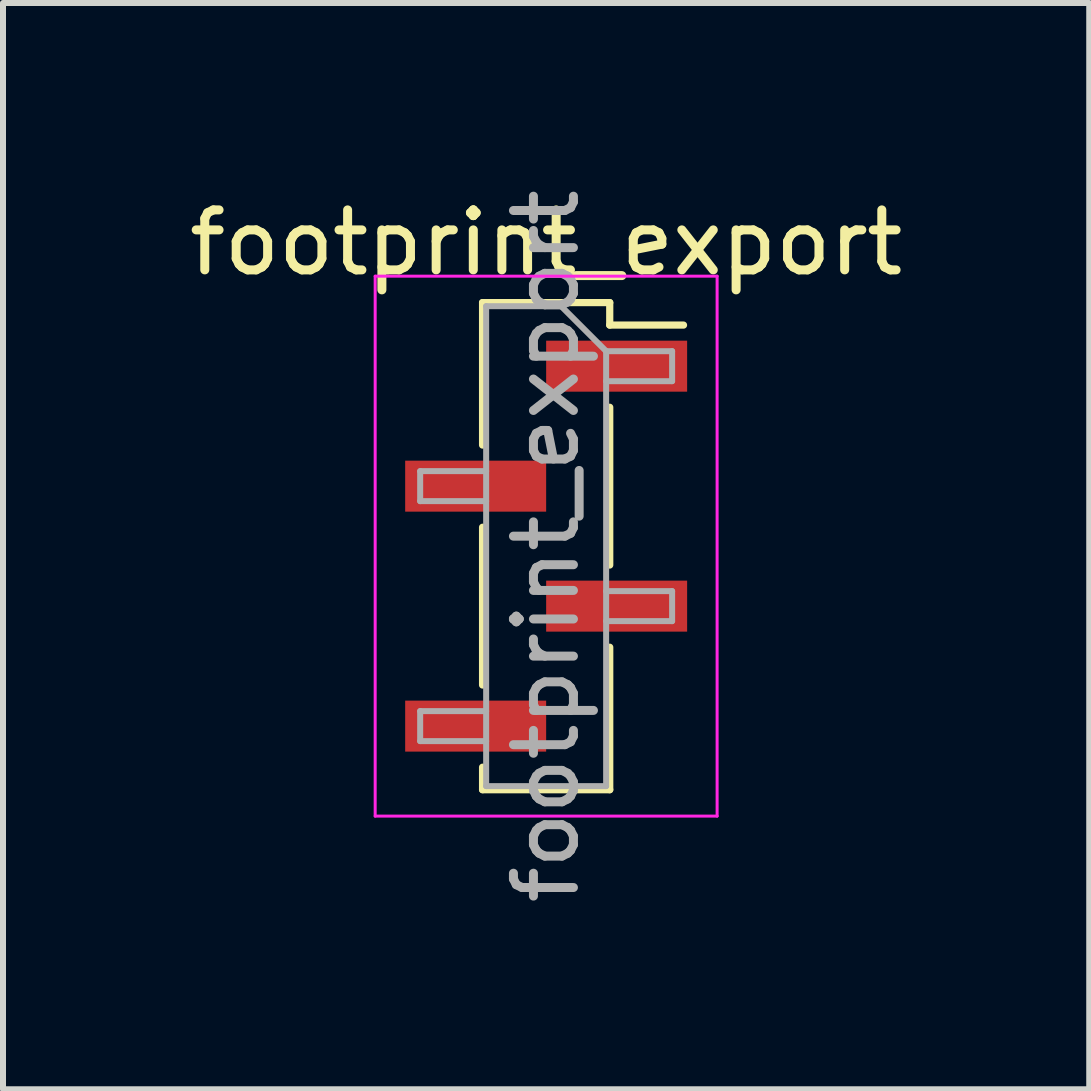
<source format=kicad_pcb>
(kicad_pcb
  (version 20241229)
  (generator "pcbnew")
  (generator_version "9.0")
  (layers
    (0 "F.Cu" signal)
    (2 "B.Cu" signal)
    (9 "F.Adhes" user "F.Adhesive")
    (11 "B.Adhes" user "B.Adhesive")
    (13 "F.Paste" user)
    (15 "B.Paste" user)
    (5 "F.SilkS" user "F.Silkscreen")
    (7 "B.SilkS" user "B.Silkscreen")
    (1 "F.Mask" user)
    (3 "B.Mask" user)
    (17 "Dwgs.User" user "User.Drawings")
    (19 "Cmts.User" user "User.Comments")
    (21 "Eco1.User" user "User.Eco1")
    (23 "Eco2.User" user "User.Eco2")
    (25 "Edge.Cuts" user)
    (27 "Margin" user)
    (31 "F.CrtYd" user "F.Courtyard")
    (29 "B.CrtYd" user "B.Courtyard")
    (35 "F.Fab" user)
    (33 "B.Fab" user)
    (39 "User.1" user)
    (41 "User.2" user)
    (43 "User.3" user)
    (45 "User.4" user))
  (footprint "footprint_export"
    (layer "F.Cu")
    (at 6.054 6.054)
    (property "Reference" "footprint_export" (at 0 -5.06 0) (layer "F.SilkS") (effects (font (size 1 1) (thickness 0.15))))
    (attr smd)
    (fp_line (start -1.06 -4.06) (end -1.06 -1.685) (stroke (width 0.12) (type solid)) (layer "F.SilkS"))
    (fp_line (start -1.06 -4.06) (end 1.06 -4.06) (stroke (width 0.12) (type solid)) (layer "F.SilkS"))
    (fp_line (start -1.06 -0.315) (end -1.06 2.315) (stroke (width 0.12) (type solid)) (layer "F.SilkS"))
    (fp_line (start -1.06 3.685) (end -1.06 4.06) (stroke (width 0.12) (type solid)) (layer "F.SilkS"))
    (fp_line (start -1.06 4.06) (end 1.06 4.06) (stroke (width 0.12) (type solid)) (layer "F.SilkS"))
    (fp_line (start 1.06 -4.06) (end 1.06 -3.685) (stroke (width 0.12) (type solid)) (layer "F.SilkS"))
    (fp_line (start 1.06 -3.685) (end 2.29 -3.685) (stroke (width 0.12) (type solid)) (layer "F.SilkS"))
    (fp_line (start 1.06 -2.315) (end 1.06 0.315) (stroke (width 0.12) (type solid)) (layer "F.SilkS"))
    (fp_line (start 1.06 1.685) (end 1.06 4.06) (stroke (width 0.12) (type solid)) (layer "F.SilkS"))
    (fp_line (start -2.85 -4.5) (end -2.85 4.5) (stroke (width 0.05) (type solid)) (layer "F.CrtYd"))
    (fp_line (start -2.85 4.5) (end 2.85 4.5) (stroke (width 0.05) (type solid)) (layer "F.CrtYd"))
    (fp_line (start 2.85 -4.5) (end -2.85 -4.5) (stroke (width 0.05) (type solid)) (layer "F.CrtYd"))
    (fp_line (start 2.85 4.5) (end 2.85 -4.5) (stroke (width 0.05) (type solid)) (layer "F.CrtYd"))
    (fp_line (start -2.1 -1.25) (end -2.1 -0.75) (stroke (width 0.1) (type solid)) (layer "F.Fab"))
    (fp_line (start -2.1 -0.75) (end -1 -0.75) (stroke (width 0.1) (type solid)) (layer "F.Fab"))
    (fp_line (start -2.1 2.75) (end -2.1 3.25) (stroke (width 0.1) (type solid)) (layer "F.Fab"))
    (fp_line (start -2.1 3.25) (end -1 3.25) (stroke (width 0.1) (type solid)) (layer "F.Fab"))
    (fp_line (start -1 -4) (end -1 4) (stroke (width 0.1) (type solid)) (layer "F.Fab"))
    (fp_line (start -1 -4) (end 0.25 -4) (stroke (width 0.1) (type solid)) (layer "F.Fab"))
    (fp_line (start -1 -1.25) (end -2.1 -1.25) (stroke (width 0.1) (type solid)) (layer "F.Fab"))
    (fp_line (start -1 2.75) (end -2.1 2.75) (stroke (width 0.1) (type solid)) (layer "F.Fab"))
    (fp_line (start 1 -3.25) (end 0.25 -4) (stroke (width 0.1) (type solid)) (layer "F.Fab"))
    (fp_line (start 1 -3.25) (end 2.1 -3.25) (stroke (width 0.1) (type solid)) (layer "F.Fab"))
    (fp_line (start 1 0.75) (end 2.1 0.75) (stroke (width 0.1) (type solid)) (layer "F.Fab"))
    (fp_line (start 1 4) (end -1 4) (stroke (width 0.1) (type solid)) (layer "F.Fab"))
    (fp_line (start 1 4) (end 1 -3.25) (stroke (width 0.1) (type solid)) (layer "F.Fab"))
    (fp_line (start 2.1 -3.25) (end 2.1 -2.75) (stroke (width 0.1) (type solid)) (layer "F.Fab"))
    (fp_line (start 2.1 -2.75) (end 1 -2.75) (stroke (width 0.1) (type solid)) (layer "F.Fab"))
    (fp_line (start 2.1 0.75) (end 2.1 1.25) (stroke (width 0.1) (type solid)) (layer "F.Fab"))
    (fp_line (start 2.1 1.25) (end 1 1.25) (stroke (width 0.1) (type solid)) (layer "F.Fab"))
    (fp_text user "${REFERENCE}" (at 0 0 90) (layer "F.Fab") (effects (font (size 1 1) (thickness 0.15))))
    (pad "1" smd rect (at 1.175 -3) (size 2.35 0.85) (layers "F.Cu" "F.Mask" "F.Paste"))
    (pad "2" smd rect (at -1.175 -1) (size 2.35 0.85) (layers "F.Cu" "F.Mask" "F.Paste"))
    (pad "3" smd rect (at 1.175 1) (size 2.35 0.85) (layers "F.Cu" "F.Mask" "F.Paste"))
    (pad "4" smd rect (at -1.175 3) (size 2.35 0.85) (layers "F.Cu" "F.Mask" "F.Paste")))
  (gr_rect
    (start -3 -3)
    (end 15.107 15.107)
    (stroke (width 0.1) (type default))
    (fill no)
    (layer "Edge.Cuts")))
</source>
